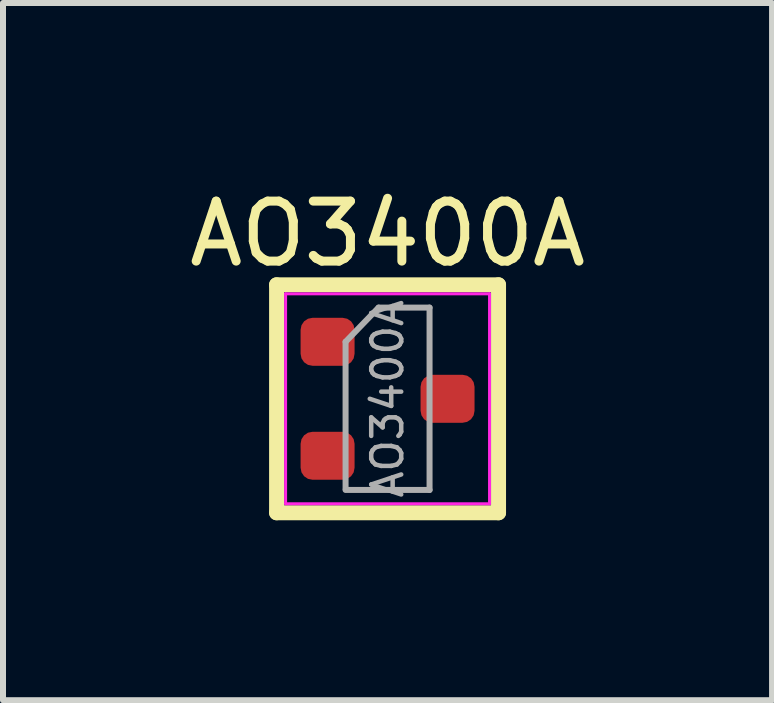
<source format=kicad_pcb>
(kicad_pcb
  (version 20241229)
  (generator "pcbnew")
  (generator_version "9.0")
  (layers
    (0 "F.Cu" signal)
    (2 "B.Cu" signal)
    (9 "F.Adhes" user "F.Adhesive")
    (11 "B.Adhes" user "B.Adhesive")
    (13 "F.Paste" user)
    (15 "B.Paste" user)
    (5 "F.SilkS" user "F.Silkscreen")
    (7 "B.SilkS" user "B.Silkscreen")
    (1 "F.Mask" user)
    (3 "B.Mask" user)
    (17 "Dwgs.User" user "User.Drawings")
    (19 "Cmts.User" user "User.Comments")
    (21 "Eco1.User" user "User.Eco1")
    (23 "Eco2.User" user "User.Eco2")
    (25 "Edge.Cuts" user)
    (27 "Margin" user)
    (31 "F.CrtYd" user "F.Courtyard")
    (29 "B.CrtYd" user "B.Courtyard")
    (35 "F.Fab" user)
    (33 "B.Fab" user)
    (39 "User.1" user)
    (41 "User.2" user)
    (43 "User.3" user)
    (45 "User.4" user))
  (footprint "AO3400A"
    (layer "F.Cu")
    (at 3.411 3.598)
    (property "Reference" "AO3400A" (at 0 -2.75 0) (layer "F.SilkS") (effects (font (size 1 1) (thickness 0.15))))
    (attr smd)
    (fp_line (start -1.85 -1.9) (end -1.85 1.9) (stroke (width 0.25) (type solid)) (layer "F.SilkS"))
    (fp_line (start -1.85 -1.9) (end 1.85 -1.9) (stroke (width 0.25) (type solid)) (layer "F.SilkS"))
    (fp_line (start -1.85 1.9) (end 1.85 1.9) (stroke (width 0.25) (type solid)) (layer "F.SilkS"))
    (fp_line (start 1.85 -1.9) (end 1.85 1.9) (stroke (width 0.25) (type solid)) (layer "F.SilkS"))
    (fp_line (start -1.7 -1.75) (end 1.7 -1.75) (stroke (width 0.05) (type solid)) (layer "F.CrtYd"))
    (fp_line (start -1.7 1.75) (end -1.7 -1.75) (stroke (width 0.05) (type solid)) (layer "F.CrtYd"))
    (fp_line (start 1.7 -1.75) (end 1.7 1.75) (stroke (width 0.05) (type solid)) (layer "F.CrtYd"))
    (fp_line (start 1.7 1.75) (end -1.7 1.75) (stroke (width 0.05) (type solid)) (layer "F.CrtYd"))
    (fp_line (start -0.7 -0.95) (end -0.7 1.5) (stroke (width 0.1) (type solid)) (layer "F.Fab"))
    (fp_line (start -0.7 -0.95) (end -0.15 -1.52) (stroke (width 0.1) (type solid)) (layer "F.Fab"))
    (fp_line (start -0.7 1.52) (end 0.7 1.52) (stroke (width 0.1) (type solid)) (layer "F.Fab"))
    (fp_line (start -0.15 -1.52) (end 0.7 -1.52) (stroke (width 0.1) (type solid)) (layer "F.Fab"))
    (fp_line (start 0.7 -1.52) (end 0.7 1.52) (stroke (width 0.1) (type solid)) (layer "F.Fab"))
    (fp_text user "${REFERENCE}" (at 0 0 90) (layer "F.Fab") (effects (font (size 0.5 0.5) (thickness 0.075))))
    (pad "1" smd roundrect (at -1 -0.95) (size 0.9 0.8) (layers "F.Cu" "F.Mask" "F.Paste") (roundrect_rratio 0.25))
    (pad "2" smd roundrect (at -1 0.95) (size 0.9 0.8) (layers "F.Cu" "F.Mask" "F.Paste") (roundrect_rratio 0.25))
    (pad "3" smd roundrect (at 1 0) (size 0.9 0.8) (layers "F.Cu" "F.Mask" "F.Paste") (roundrect_rratio 0.25)))
  (gr_rect
    (start -3 -3)
    (end 9.821 8.623)
    (stroke (width 0.1) (type default))
    (fill no)
    (layer "Edge.Cuts")))
</source>
